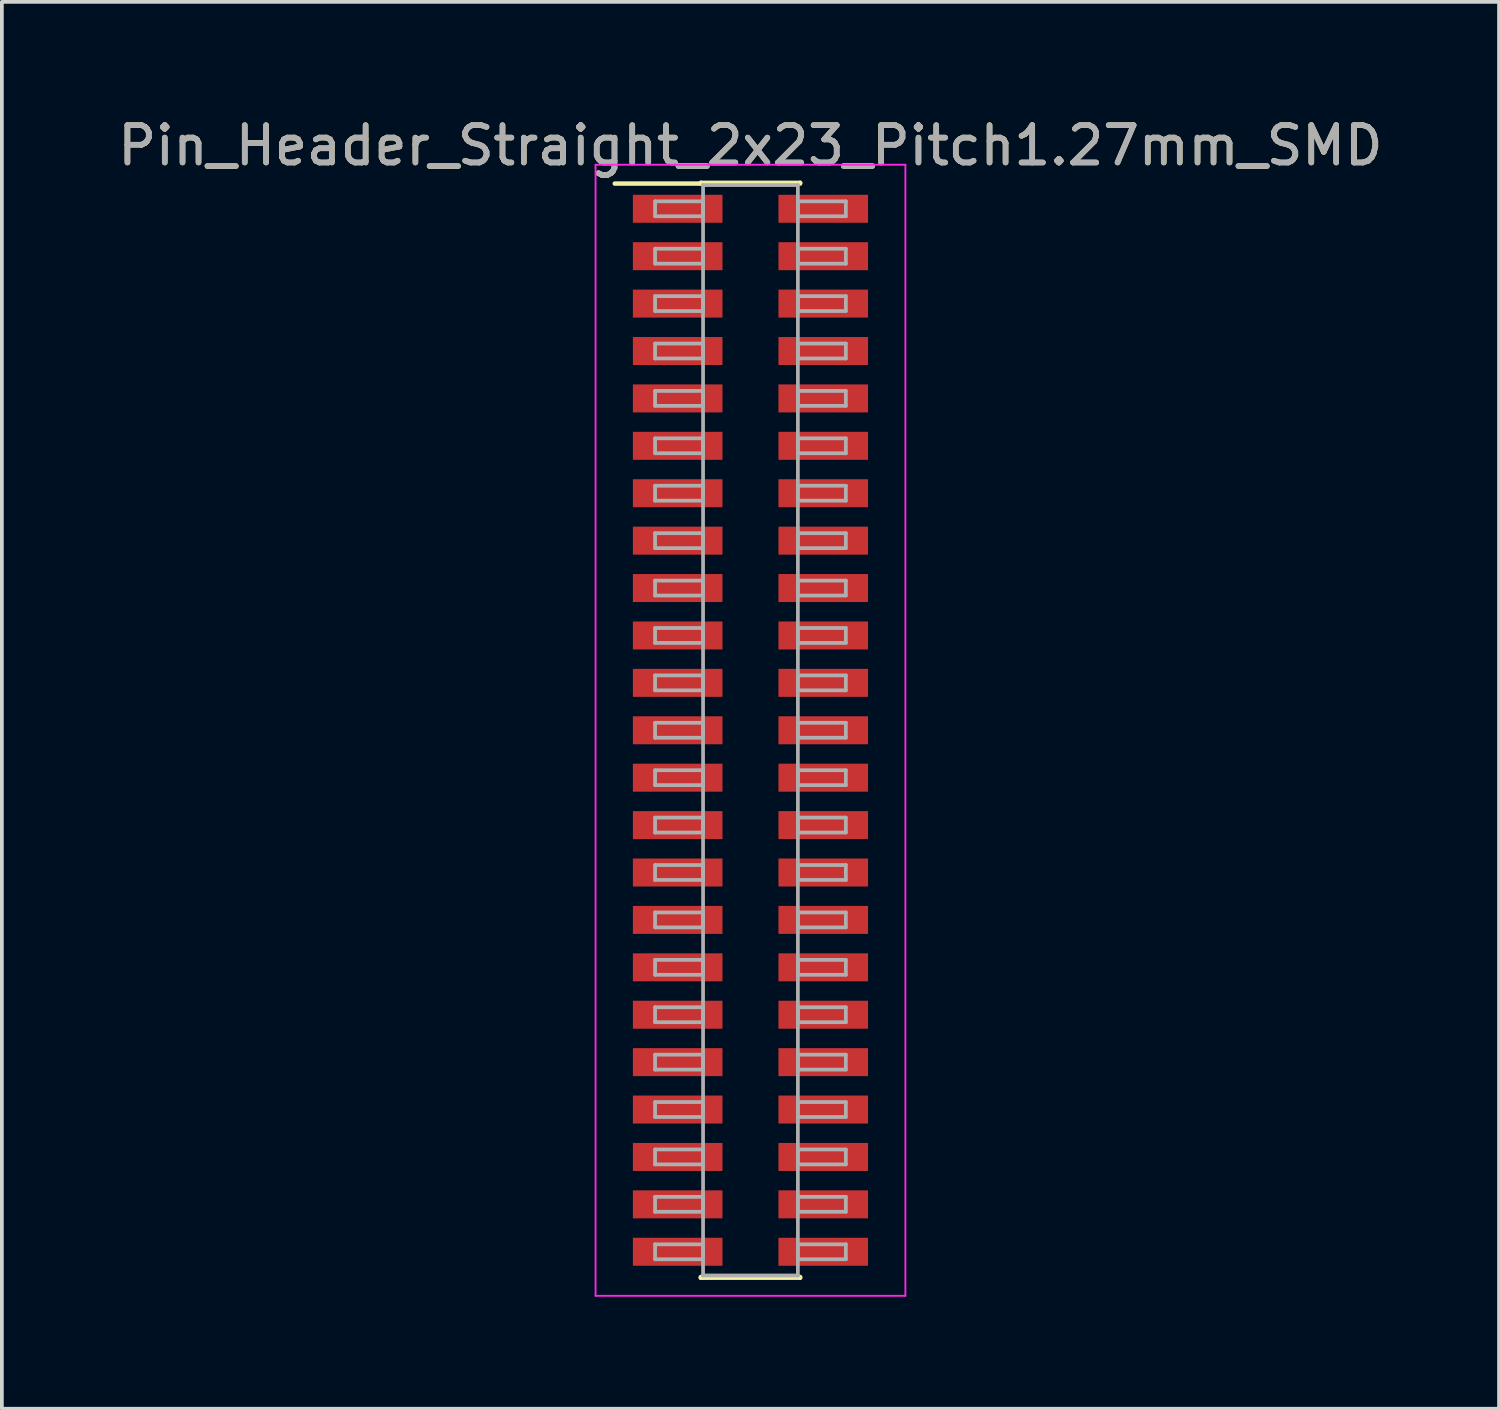
<source format=kicad_pcb>
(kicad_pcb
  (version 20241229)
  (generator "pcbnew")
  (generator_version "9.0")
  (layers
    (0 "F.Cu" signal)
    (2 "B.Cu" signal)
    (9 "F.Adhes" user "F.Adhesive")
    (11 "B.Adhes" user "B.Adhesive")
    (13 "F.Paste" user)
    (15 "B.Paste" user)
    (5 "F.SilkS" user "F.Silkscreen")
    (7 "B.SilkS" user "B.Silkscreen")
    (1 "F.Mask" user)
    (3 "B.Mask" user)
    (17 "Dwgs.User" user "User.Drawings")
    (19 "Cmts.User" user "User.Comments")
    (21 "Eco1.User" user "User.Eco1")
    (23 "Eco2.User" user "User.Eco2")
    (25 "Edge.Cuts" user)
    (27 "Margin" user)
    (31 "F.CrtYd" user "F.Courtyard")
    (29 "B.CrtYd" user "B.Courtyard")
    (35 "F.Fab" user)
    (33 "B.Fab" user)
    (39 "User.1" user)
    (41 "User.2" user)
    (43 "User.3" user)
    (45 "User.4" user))
  (footprint "Pin_Header_Straight_2x23_Pitch1.27mm_SMD"
    (layer "F.Cu")
    (at 17.054 16.513)
    (property "Reference" "Pin_Header_Straight_2x23_Pitch1.27mm_SMD" (at 0 -15.665 0) (layer "F.SilkS") (effects (font (size 1 1) (thickness 0.15))))
    (attr smd)
    (fp_line (start -3.635 -14.645) (end -1.33 -14.645) (stroke (width 0.12) (type solid)) (layer "F.SilkS"))
    (fp_line (start -1.33 -14.665) (end 1.33 -14.665) (stroke (width 0.12) (type solid)) (layer "F.SilkS"))
    (fp_line (start -1.33 -14.645) (end -1.33 -14.665) (stroke (width 0.12) (type solid)) (layer "F.SilkS"))
    (fp_line (start -1.33 14.645) (end -1.33 14.665) (stroke (width 0.12) (type solid)) (layer "F.SilkS"))
    (fp_line (start -1.33 14.665) (end 1.33 14.665) (stroke (width 0.12) (type solid)) (layer "F.SilkS"))
    (fp_line (start 1.33 -14.665) (end 1.33 -14.645) (stroke (width 0.12) (type solid)) (layer "F.SilkS"))
    (fp_line (start 1.33 14.665) (end 1.33 14.645) (stroke (width 0.12) (type solid)) (layer "F.SilkS"))
    (fp_line (start -4.15 -15.15) (end -4.15 15.15) (stroke (width 0.05) (type solid)) (layer "F.CrtYd"))
    (fp_line (start -4.15 15.15) (end 4.15 15.15) (stroke (width 0.05) (type solid)) (layer "F.CrtYd"))
    (fp_line (start 4.15 -15.15) (end -4.15 -15.15) (stroke (width 0.05) (type solid)) (layer "F.CrtYd"))
    (fp_line (start 4.15 15.15) (end 4.15 -15.15) (stroke (width 0.05) (type solid)) (layer "F.CrtYd"))
    (fp_line (start -2.555 -14.17) (end -1.27 -14.17) (stroke (width 0.1) (type solid)) (layer "F.Fab"))
    (fp_line (start -2.555 -13.77) (end -2.555 -14.17) (stroke (width 0.1) (type solid)) (layer "F.Fab"))
    (fp_line (start -2.555 -12.9) (end -1.27 -12.9) (stroke (width 0.1) (type solid)) (layer "F.Fab"))
    (fp_line (start -2.555 -12.5) (end -2.555 -12.9) (stroke (width 0.1) (type solid)) (layer "F.Fab"))
    (fp_line (start -2.555 -11.63) (end -1.27 -11.63) (stroke (width 0.1) (type solid)) (layer "F.Fab"))
    (fp_line (start -2.555 -11.23) (end -2.555 -11.63) (stroke (width 0.1) (type solid)) (layer "F.Fab"))
    (fp_line (start -2.555 -10.36) (end -1.27 -10.36) (stroke (width 0.1) (type solid)) (layer "F.Fab"))
    (fp_line (start -2.555 -9.96) (end -2.555 -10.36) (stroke (width 0.1) (type solid)) (layer "F.Fab"))
    (fp_line (start -2.555 -9.09) (end -1.27 -9.09) (stroke (width 0.1) (type solid)) (layer "F.Fab"))
    (fp_line (start -2.555 -8.69) (end -2.555 -9.09) (stroke (width 0.1) (type solid)) (layer "F.Fab"))
    (fp_line (start -2.555 -7.82) (end -1.27 -7.82) (stroke (width 0.1) (type solid)) (layer "F.Fab"))
    (fp_line (start -2.555 -7.42) (end -2.555 -7.82) (stroke (width 0.1) (type solid)) (layer "F.Fab"))
    (fp_line (start -2.555 -6.55) (end -1.27 -6.55) (stroke (width 0.1) (type solid)) (layer "F.Fab"))
    (fp_line (start -2.555 -6.15) (end -2.555 -6.55) (stroke (width 0.1) (type solid)) (layer "F.Fab"))
    (fp_line (start -2.555 -5.28) (end -1.27 -5.28) (stroke (width 0.1) (type solid)) (layer "F.Fab"))
    (fp_line (start -2.555 -4.88) (end -2.555 -5.28) (stroke (width 0.1) (type solid)) (layer "F.Fab"))
    (fp_line (start -2.555 -4.01) (end -1.27 -4.01) (stroke (width 0.1) (type solid)) (layer "F.Fab"))
    (fp_line (start -2.555 -3.61) (end -2.555 -4.01) (stroke (width 0.1) (type solid)) (layer "F.Fab"))
    (fp_line (start -2.555 -2.74) (end -1.27 -2.74) (stroke (width 0.1) (type solid)) (layer "F.Fab"))
    (fp_line (start -2.555 -2.34) (end -2.555 -2.74) (stroke (width 0.1) (type solid)) (layer "F.Fab"))
    (fp_line (start -2.555 -1.47) (end -1.27 -1.47) (stroke (width 0.1) (type solid)) (layer "F.Fab"))
    (fp_line (start -2.555 -1.07) (end -2.555 -1.47) (stroke (width 0.1) (type solid)) (layer "F.Fab"))
    (fp_line (start -2.555 -0.2) (end -1.27 -0.2) (stroke (width 0.1) (type solid)) (layer "F.Fab"))
    (fp_line (start -2.555 0.2) (end -2.555 -0.2) (stroke (width 0.1) (type solid)) (layer "F.Fab"))
    (fp_line (start -2.555 1.07) (end -1.27 1.07) (stroke (width 0.1) (type solid)) (layer "F.Fab"))
    (fp_line (start -2.555 1.47) (end -2.555 1.07) (stroke (width 0.1) (type solid)) (layer "F.Fab"))
    (fp_line (start -2.555 2.34) (end -1.27 2.34) (stroke (width 0.1) (type solid)) (layer "F.Fab"))
    (fp_line (start -2.555 2.74) (end -2.555 2.34) (stroke (width 0.1) (type solid)) (layer "F.Fab"))
    (fp_line (start -2.555 3.61) (end -1.27 3.61) (stroke (width 0.1) (type solid)) (layer "F.Fab"))
    (fp_line (start -2.555 4.01) (end -2.555 3.61) (stroke (width 0.1) (type solid)) (layer "F.Fab"))
    (fp_line (start -2.555 4.88) (end -1.27 4.88) (stroke (width 0.1) (type solid)) (layer "F.Fab"))
    (fp_line (start -2.555 5.28) (end -2.555 4.88) (stroke (width 0.1) (type solid)) (layer "F.Fab"))
    (fp_line (start -2.555 6.15) (end -1.27 6.15) (stroke (width 0.1) (type solid)) (layer "F.Fab"))
    (fp_line (start -2.555 6.55) (end -2.555 6.15) (stroke (width 0.1) (type solid)) (layer "F.Fab"))
    (fp_line (start -2.555 7.42) (end -1.27 7.42) (stroke (width 0.1) (type solid)) (layer "F.Fab"))
    (fp_line (start -2.555 7.82) (end -2.555 7.42) (stroke (width 0.1) (type solid)) (layer "F.Fab"))
    (fp_line (start -2.555 8.69) (end -1.27 8.69) (stroke (width 0.1) (type solid)) (layer "F.Fab"))
    (fp_line (start -2.555 9.09) (end -2.555 8.69) (stroke (width 0.1) (type solid)) (layer "F.Fab"))
    (fp_line (start -2.555 9.96) (end -1.27 9.96) (stroke (width 0.1) (type solid)) (layer "F.Fab"))
    (fp_line (start -2.555 10.36) (end -2.555 9.96) (stroke (width 0.1) (type solid)) (layer "F.Fab"))
    (fp_line (start -2.555 11.23) (end -1.27 11.23) (stroke (width 0.1) (type solid)) (layer "F.Fab"))
    (fp_line (start -2.555 11.63) (end -2.555 11.23) (stroke (width 0.1) (type solid)) (layer "F.Fab"))
    (fp_line (start -2.555 12.5) (end -1.27 12.5) (stroke (width 0.1) (type solid)) (layer "F.Fab"))
    (fp_line (start -2.555 12.9) (end -2.555 12.5) (stroke (width 0.1) (type solid)) (layer "F.Fab"))
    (fp_line (start -2.555 13.77) (end -1.27 13.77) (stroke (width 0.1) (type solid)) (layer "F.Fab"))
    (fp_line (start -2.555 14.17) (end -2.555 13.77) (stroke (width 0.1) (type solid)) (layer "F.Fab"))
    (fp_line (start -1.27 -14.605) (end -1.27 14.605) (stroke (width 0.1) (type solid)) (layer "F.Fab"))
    (fp_line (start -1.27 -14.17) (end -1.27 -13.77) (stroke (width 0.1) (type solid)) (layer "F.Fab"))
    (fp_line (start -1.27 -13.77) (end -2.555 -13.77) (stroke (width 0.1) (type solid)) (layer "F.Fab"))
    (fp_line (start -1.27 -12.9) (end -1.27 -12.5) (stroke (width 0.1) (type solid)) (layer "F.Fab"))
    (fp_line (start -1.27 -12.5) (end -2.555 -12.5) (stroke (width 0.1) (type solid)) (layer "F.Fab"))
    (fp_line (start -1.27 -11.63) (end -1.27 -11.23) (stroke (width 0.1) (type solid)) (layer "F.Fab"))
    (fp_line (start -1.27 -11.23) (end -2.555 -11.23) (stroke (width 0.1) (type solid)) (layer "F.Fab"))
    (fp_line (start -1.27 -10.36) (end -1.27 -9.96) (stroke (width 0.1) (type solid)) (layer "F.Fab"))
    (fp_line (start -1.27 -9.96) (end -2.555 -9.96) (stroke (width 0.1) (type solid)) (layer "F.Fab"))
    (fp_line (start -1.27 -9.09) (end -1.27 -8.69) (stroke (width 0.1) (type solid)) (layer "F.Fab"))
    (fp_line (start -1.27 -8.69) (end -2.555 -8.69) (stroke (width 0.1) (type solid)) (layer "F.Fab"))
    (fp_line (start -1.27 -7.82) (end -1.27 -7.42) (stroke (width 0.1) (type solid)) (layer "F.Fab"))
    (fp_line (start -1.27 -7.42) (end -2.555 -7.42) (stroke (width 0.1) (type solid)) (layer "F.Fab"))
    (fp_line (start -1.27 -6.55) (end -1.27 -6.15) (stroke (width 0.1) (type solid)) (layer "F.Fab"))
    (fp_line (start -1.27 -6.15) (end -2.555 -6.15) (stroke (width 0.1) (type solid)) (layer "F.Fab"))
    (fp_line (start -1.27 -5.28) (end -1.27 -4.88) (stroke (width 0.1) (type solid)) (layer "F.Fab"))
    (fp_line (start -1.27 -4.88) (end -2.555 -4.88) (stroke (width 0.1) (type solid)) (layer "F.Fab"))
    (fp_line (start -1.27 -4.01) (end -1.27 -3.61) (stroke (width 0.1) (type solid)) (layer "F.Fab"))
    (fp_line (start -1.27 -3.61) (end -2.555 -3.61) (stroke (width 0.1) (type solid)) (layer "F.Fab"))
    (fp_line (start -1.27 -2.74) (end -1.27 -2.34) (stroke (width 0.1) (type solid)) (layer "F.Fab"))
    (fp_line (start -1.27 -2.34) (end -2.555 -2.34) (stroke (width 0.1) (type solid)) (layer "F.Fab"))
    (fp_line (start -1.27 -1.47) (end -1.27 -1.07) (stroke (width 0.1) (type solid)) (layer "F.Fab"))
    (fp_line (start -1.27 -1.07) (end -2.555 -1.07) (stroke (width 0.1) (type solid)) (layer "F.Fab"))
    (fp_line (start -1.27 -0.2) (end -1.27 0.2) (stroke (width 0.1) (type solid)) (layer "F.Fab"))
    (fp_line (start -1.27 0.2) (end -2.555 0.2) (stroke (width 0.1) (type solid)) (layer "F.Fab"))
    (fp_line (start -1.27 1.07) (end -1.27 1.47) (stroke (width 0.1) (type solid)) (layer "F.Fab"))
    (fp_line (start -1.27 1.47) (end -2.555 1.47) (stroke (width 0.1) (type solid)) (layer "F.Fab"))
    (fp_line (start -1.27 2.34) (end -1.27 2.74) (stroke (width 0.1) (type solid)) (layer "F.Fab"))
    (fp_line (start -1.27 2.74) (end -2.555 2.74) (stroke (width 0.1) (type solid)) (layer "F.Fab"))
    (fp_line (start -1.27 3.61) (end -1.27 4.01) (stroke (width 0.1) (type solid)) (layer "F.Fab"))
    (fp_line (start -1.27 4.01) (end -2.555 4.01) (stroke (width 0.1) (type solid)) (layer "F.Fab"))
    (fp_line (start -1.27 4.88) (end -1.27 5.28) (stroke (width 0.1) (type solid)) (layer "F.Fab"))
    (fp_line (start -1.27 5.28) (end -2.555 5.28) (stroke (width 0.1) (type solid)) (layer "F.Fab"))
    (fp_line (start -1.27 6.15) (end -1.27 6.55) (stroke (width 0.1) (type solid)) (layer "F.Fab"))
    (fp_line (start -1.27 6.55) (end -2.555 6.55) (stroke (width 0.1) (type solid)) (layer "F.Fab"))
    (fp_line (start -1.27 7.42) (end -1.27 7.82) (stroke (width 0.1) (type solid)) (layer "F.Fab"))
    (fp_line (start -1.27 7.82) (end -2.555 7.82) (stroke (width 0.1) (type solid)) (layer "F.Fab"))
    (fp_line (start -1.27 8.69) (end -1.27 9.09) (stroke (width 0.1) (type solid)) (layer "F.Fab"))
    (fp_line (start -1.27 9.09) (end -2.555 9.09) (stroke (width 0.1) (type solid)) (layer "F.Fab"))
    (fp_line (start -1.27 9.96) (end -1.27 10.36) (stroke (width 0.1) (type solid)) (layer "F.Fab"))
    (fp_line (start -1.27 10.36) (end -2.555 10.36) (stroke (width 0.1) (type solid)) (layer "F.Fab"))
    (fp_line (start -1.27 11.23) (end -1.27 11.63) (stroke (width 0.1) (type solid)) (layer "F.Fab"))
    (fp_line (start -1.27 11.63) (end -2.555 11.63) (stroke (width 0.1) (type solid)) (layer "F.Fab"))
    (fp_line (start -1.27 12.5) (end -1.27 12.9) (stroke (width 0.1) (type solid)) (layer "F.Fab"))
    (fp_line (start -1.27 12.9) (end -2.555 12.9) (stroke (width 0.1) (type solid)) (layer "F.Fab"))
    (fp_line (start -1.27 13.77) (end -1.27 14.17) (stroke (width 0.1) (type solid)) (layer "F.Fab"))
    (fp_line (start -1.27 14.17) (end -2.555 14.17) (stroke (width 0.1) (type solid)) (layer "F.Fab"))
    (fp_line (start -1.27 14.605) (end 1.27 14.605) (stroke (width 0.1) (type solid)) (layer "F.Fab"))
    (fp_line (start 1.27 -14.605) (end -1.27 -14.605) (stroke (width 0.1) (type solid)) (layer "F.Fab"))
    (fp_line (start 1.27 -14.17) (end 1.27 -13.77) (stroke (width 0.1) (type solid)) (layer "F.Fab"))
    (fp_line (start 1.27 -13.77) (end 2.555 -13.77) (stroke (width 0.1) (type solid)) (layer "F.Fab"))
    (fp_line (start 1.27 -12.9) (end 1.27 -12.5) (stroke (width 0.1) (type solid)) (layer "F.Fab"))
    (fp_line (start 1.27 -12.5) (end 2.555 -12.5) (stroke (width 0.1) (type solid)) (layer "F.Fab"))
    (fp_line (start 1.27 -11.63) (end 1.27 -11.23) (stroke (width 0.1) (type solid)) (layer "F.Fab"))
    (fp_line (start 1.27 -11.23) (end 2.555 -11.23) (stroke (width 0.1) (type solid)) (layer "F.Fab"))
    (fp_line (start 1.27 -10.36) (end 1.27 -9.96) (stroke (width 0.1) (type solid)) (layer "F.Fab"))
    (fp_line (start 1.27 -9.96) (end 2.555 -9.96) (stroke (width 0.1) (type solid)) (layer "F.Fab"))
    (fp_line (start 1.27 -9.09) (end 1.27 -8.69) (stroke (width 0.1) (type solid)) (layer "F.Fab"))
    (fp_line (start 1.27 -8.69) (end 2.555 -8.69) (stroke (width 0.1) (type solid)) (layer "F.Fab"))
    (fp_line (start 1.27 -7.82) (end 1.27 -7.42) (stroke (width 0.1) (type solid)) (layer "F.Fab"))
    (fp_line (start 1.27 -7.42) (end 2.555 -7.42) (stroke (width 0.1) (type solid)) (layer "F.Fab"))
    (fp_line (start 1.27 -6.55) (end 1.27 -6.15) (stroke (width 0.1) (type solid)) (layer "F.Fab"))
    (fp_line (start 1.27 -6.15) (end 2.555 -6.15) (stroke (width 0.1) (type solid)) (layer "F.Fab"))
    (fp_line (start 1.27 -5.28) (end 1.27 -4.88) (stroke (width 0.1) (type solid)) (layer "F.Fab"))
    (fp_line (start 1.27 -4.88) (end 2.555 -4.88) (stroke (width 0.1) (type solid)) (layer "F.Fab"))
    (fp_line (start 1.27 -4.01) (end 1.27 -3.61) (stroke (width 0.1) (type solid)) (layer "F.Fab"))
    (fp_line (start 1.27 -3.61) (end 2.555 -3.61) (stroke (width 0.1) (type solid)) (layer "F.Fab"))
    (fp_line (start 1.27 -2.74) (end 1.27 -2.34) (stroke (width 0.1) (type solid)) (layer "F.Fab"))
    (fp_line (start 1.27 -2.34) (end 2.555 -2.34) (stroke (width 0.1) (type solid)) (layer "F.Fab"))
    (fp_line (start 1.27 -1.47) (end 1.27 -1.07) (stroke (width 0.1) (type solid)) (layer "F.Fab"))
    (fp_line (start 1.27 -1.07) (end 2.555 -1.07) (stroke (width 0.1) (type solid)) (layer "F.Fab"))
    (fp_line (start 1.27 -0.2) (end 1.27 0.2) (stroke (width 0.1) (type solid)) (layer "F.Fab"))
    (fp_line (start 1.27 0.2) (end 2.555 0.2) (stroke (width 0.1) (type solid)) (layer "F.Fab"))
    (fp_line (start 1.27 1.07) (end 1.27 1.47) (stroke (width 0.1) (type solid)) (layer "F.Fab"))
    (fp_line (start 1.27 1.47) (end 2.555 1.47) (stroke (width 0.1) (type solid)) (layer "F.Fab"))
    (fp_line (start 1.27 2.34) (end 1.27 2.74) (stroke (width 0.1) (type solid)) (layer "F.Fab"))
    (fp_line (start 1.27 2.74) (end 2.555 2.74) (stroke (width 0.1) (type solid)) (layer "F.Fab"))
    (fp_line (start 1.27 3.61) (end 1.27 4.01) (stroke (width 0.1) (type solid)) (layer "F.Fab"))
    (fp_line (start 1.27 4.01) (end 2.555 4.01) (stroke (width 0.1) (type solid)) (layer "F.Fab"))
    (fp_line (start 1.27 4.88) (end 1.27 5.28) (stroke (width 0.1) (type solid)) (layer "F.Fab"))
    (fp_line (start 1.27 5.28) (end 2.555 5.28) (stroke (width 0.1) (type solid)) (layer "F.Fab"))
    (fp_line (start 1.27 6.15) (end 1.27 6.55) (stroke (width 0.1) (type solid)) (layer "F.Fab"))
    (fp_line (start 1.27 6.55) (end 2.555 6.55) (stroke (width 0.1) (type solid)) (layer "F.Fab"))
    (fp_line (start 1.27 7.42) (end 1.27 7.82) (stroke (width 0.1) (type solid)) (layer "F.Fab"))
    (fp_line (start 1.27 7.82) (end 2.555 7.82) (stroke (width 0.1) (type solid)) (layer "F.Fab"))
    (fp_line (start 1.27 8.69) (end 1.27 9.09) (stroke (width 0.1) (type solid)) (layer "F.Fab"))
    (fp_line (start 1.27 9.09) (end 2.555 9.09) (stroke (width 0.1) (type solid)) (layer "F.Fab"))
    (fp_line (start 1.27 9.96) (end 1.27 10.36) (stroke (width 0.1) (type solid)) (layer "F.Fab"))
    (fp_line (start 1.27 10.36) (end 2.555 10.36) (stroke (width 0.1) (type solid)) (layer "F.Fab"))
    (fp_line (start 1.27 11.23) (end 1.27 11.63) (stroke (width 0.1) (type solid)) (layer "F.Fab"))
    (fp_line (start 1.27 11.63) (end 2.555 11.63) (stroke (width 0.1) (type solid)) (layer "F.Fab"))
    (fp_line (start 1.27 12.5) (end 1.27 12.9) (stroke (width 0.1) (type solid)) (layer "F.Fab"))
    (fp_line (start 1.27 12.9) (end 2.555 12.9) (stroke (width 0.1) (type solid)) (layer "F.Fab"))
    (fp_line (start 1.27 13.77) (end 1.27 14.17) (stroke (width 0.1) (type solid)) (layer "F.Fab"))
    (fp_line (start 1.27 14.17) (end 2.555 14.17) (stroke (width 0.1) (type solid)) (layer "F.Fab"))
    (fp_line (start 1.27 14.605) (end 1.27 -14.605) (stroke (width 0.1) (type solid)) (layer "F.Fab"))
    (fp_line (start 2.555 -14.17) (end 1.27 -14.17) (stroke (width 0.1) (type solid)) (layer "F.Fab"))
    (fp_line (start 2.555 -13.77) (end 2.555 -14.17) (stroke (width 0.1) (type solid)) (layer "F.Fab"))
    (fp_line (start 2.555 -12.9) (end 1.27 -12.9) (stroke (width 0.1) (type solid)) (layer "F.Fab"))
    (fp_line (start 2.555 -12.5) (end 2.555 -12.9) (stroke (width 0.1) (type solid)) (layer "F.Fab"))
    (fp_line (start 2.555 -11.63) (end 1.27 -11.63) (stroke (width 0.1) (type solid)) (layer "F.Fab"))
    (fp_line (start 2.555 -11.23) (end 2.555 -11.63) (stroke (width 0.1) (type solid)) (layer "F.Fab"))
    (fp_line (start 2.555 -10.36) (end 1.27 -10.36) (stroke (width 0.1) (type solid)) (layer "F.Fab"))
    (fp_line (start 2.555 -9.96) (end 2.555 -10.36) (stroke (width 0.1) (type solid)) (layer "F.Fab"))
    (fp_line (start 2.555 -9.09) (end 1.27 -9.09) (stroke (width 0.1) (type solid)) (layer "F.Fab"))
    (fp_line (start 2.555 -8.69) (end 2.555 -9.09) (stroke (width 0.1) (type solid)) (layer "F.Fab"))
    (fp_line (start 2.555 -7.82) (end 1.27 -7.82) (stroke (width 0.1) (type solid)) (layer "F.Fab"))
    (fp_line (start 2.555 -7.42) (end 2.555 -7.82) (stroke (width 0.1) (type solid)) (layer "F.Fab"))
    (fp_line (start 2.555 -6.55) (end 1.27 -6.55) (stroke (width 0.1) (type solid)) (layer "F.Fab"))
    (fp_line (start 2.555 -6.15) (end 2.555 -6.55) (stroke (width 0.1) (type solid)) (layer "F.Fab"))
    (fp_line (start 2.555 -5.28) (end 1.27 -5.28) (stroke (width 0.1) (type solid)) (layer "F.Fab"))
    (fp_line (start 2.555 -4.88) (end 2.555 -5.28) (stroke (width 0.1) (type solid)) (layer "F.Fab"))
    (fp_line (start 2.555 -4.01) (end 1.27 -4.01) (stroke (width 0.1) (type solid)) (layer "F.Fab"))
    (fp_line (start 2.555 -3.61) (end 2.555 -4.01) (stroke (width 0.1) (type solid)) (layer "F.Fab"))
    (fp_line (start 2.555 -2.74) (end 1.27 -2.74) (stroke (width 0.1) (type solid)) (layer "F.Fab"))
    (fp_line (start 2.555 -2.34) (end 2.555 -2.74) (stroke (width 0.1) (type solid)) (layer "F.Fab"))
    (fp_line (start 2.555 -1.47) (end 1.27 -1.47) (stroke (width 0.1) (type solid)) (layer "F.Fab"))
    (fp_line (start 2.555 -1.07) (end 2.555 -1.47) (stroke (width 0.1) (type solid)) (layer "F.Fab"))
    (fp_line (start 2.555 -0.2) (end 1.27 -0.2) (stroke (width 0.1) (type solid)) (layer "F.Fab"))
    (fp_line (start 2.555 0.2) (end 2.555 -0.2) (stroke (width 0.1) (type solid)) (layer "F.Fab"))
    (fp_line (start 2.555 1.07) (end 1.27 1.07) (stroke (width 0.1) (type solid)) (layer "F.Fab"))
    (fp_line (start 2.555 1.47) (end 2.555 1.07) (stroke (width 0.1) (type solid)) (layer "F.Fab"))
    (fp_line (start 2.555 2.34) (end 1.27 2.34) (stroke (width 0.1) (type solid)) (layer "F.Fab"))
    (fp_line (start 2.555 2.74) (end 2.555 2.34) (stroke (width 0.1) (type solid)) (layer "F.Fab"))
    (fp_line (start 2.555 3.61) (end 1.27 3.61) (stroke (width 0.1) (type solid)) (layer "F.Fab"))
    (fp_line (start 2.555 4.01) (end 2.555 3.61) (stroke (width 0.1) (type solid)) (layer "F.Fab"))
    (fp_line (start 2.555 4.88) (end 1.27 4.88) (stroke (width 0.1) (type solid)) (layer "F.Fab"))
    (fp_line (start 2.555 5.28) (end 2.555 4.88) (stroke (width 0.1) (type solid)) (layer "F.Fab"))
    (fp_line (start 2.555 6.15) (end 1.27 6.15) (stroke (width 0.1) (type solid)) (layer "F.Fab"))
    (fp_line (start 2.555 6.55) (end 2.555 6.15) (stroke (width 0.1) (type solid)) (layer "F.Fab"))
    (fp_line (start 2.555 7.42) (end 1.27 7.42) (stroke (width 0.1) (type solid)) (layer "F.Fab"))
    (fp_line (start 2.555 7.82) (end 2.555 7.42) (stroke (width 0.1) (type solid)) (layer "F.Fab"))
    (fp_line (start 2.555 8.69) (end 1.27 8.69) (stroke (width 0.1) (type solid)) (layer "F.Fab"))
    (fp_line (start 2.555 9.09) (end 2.555 8.69) (stroke (width 0.1) (type solid)) (layer "F.Fab"))
    (fp_line (start 2.555 9.96) (end 1.27 9.96) (stroke (width 0.1) (type solid)) (layer "F.Fab"))
    (fp_line (start 2.555 10.36) (end 2.555 9.96) (stroke (width 0.1) (type solid)) (layer "F.Fab"))
    (fp_line (start 2.555 11.23) (end 1.27 11.23) (stroke (width 0.1) (type solid)) (layer "F.Fab"))
    (fp_line (start 2.555 11.63) (end 2.555 11.23) (stroke (width 0.1) (type solid)) (layer "F.Fab"))
    (fp_line (start 2.555 12.5) (end 1.27 12.5) (stroke (width 0.1) (type solid)) (layer "F.Fab"))
    (fp_line (start 2.555 12.9) (end 2.555 12.5) (stroke (width 0.1) (type solid)) (layer "F.Fab"))
    (fp_line (start 2.555 13.77) (end 1.27 13.77) (stroke (width 0.1) (type solid)) (layer "F.Fab"))
    (fp_line (start 2.555 14.17) (end 2.555 13.77) (stroke (width 0.1) (type solid)) (layer "F.Fab"))
    (fp_text user "${REFERENCE}" (at 0 -15.665 0) (layer "F.Fab") (effects (font (size 1 1) (thickness 0.15))))
    (pad "1" smd rect (at -1.95 -13.97) (size 2.4 0.75) (layers "F.Cu" "F.Mask" "F.Paste"))
    (pad "2" smd rect (at 1.95 -13.97) (size 2.4 0.75) (layers "F.Cu" "F.Mask" "F.Paste"))
    (pad "3" smd rect (at -1.95 -12.7) (size 2.4 0.75) (layers "F.Cu" "F.Mask" "F.Paste"))
    (pad "4" smd rect (at 1.95 -12.7) (size 2.4 0.75) (layers "F.Cu" "F.Mask" "F.Paste"))
    (pad "5" smd rect (at -1.95 -11.43) (size 2.4 0.75) (layers "F.Cu" "F.Mask" "F.Paste"))
    (pad "6" smd rect (at 1.95 -11.43) (size 2.4 0.75) (layers "F.Cu" "F.Mask" "F.Paste"))
    (pad "7" smd rect (at -1.95 -10.16) (size 2.4 0.75) (layers "F.Cu" "F.Mask" "F.Paste"))
    (pad "8" smd rect (at 1.95 -10.16) (size 2.4 0.75) (layers "F.Cu" "F.Mask" "F.Paste"))
    (pad "9" smd rect (at -1.95 -8.89) (size 2.4 0.75) (layers "F.Cu" "F.Mask" "F.Paste"))
    (pad "10" smd rect (at 1.95 -8.89) (size 2.4 0.75) (layers "F.Cu" "F.Mask" "F.Paste"))
    (pad "11" smd rect (at -1.95 -7.62) (size 2.4 0.75) (layers "F.Cu" "F.Mask" "F.Paste"))
    (pad "12" smd rect (at 1.95 -7.62) (size 2.4 0.75) (layers "F.Cu" "F.Mask" "F.Paste"))
    (pad "13" smd rect (at -1.95 -6.35) (size 2.4 0.75) (layers "F.Cu" "F.Mask" "F.Paste"))
    (pad "14" smd rect (at 1.95 -6.35) (size 2.4 0.75) (layers "F.Cu" "F.Mask" "F.Paste"))
    (pad "15" smd rect (at -1.95 -5.08) (size 2.4 0.75) (layers "F.Cu" "F.Mask" "F.Paste"))
    (pad "16" smd rect (at 1.95 -5.08) (size 2.4 0.75) (layers "F.Cu" "F.Mask" "F.Paste"))
    (pad "17" smd rect (at -1.95 -3.81) (size 2.4 0.75) (layers "F.Cu" "F.Mask" "F.Paste"))
    (pad "18" smd rect (at 1.95 -3.81) (size 2.4 0.75) (layers "F.Cu" "F.Mask" "F.Paste"))
    (pad "19" smd rect (at -1.95 -2.54) (size 2.4 0.75) (layers "F.Cu" "F.Mask" "F.Paste"))
    (pad "20" smd rect (at 1.95 -2.54) (size 2.4 0.75) (layers "F.Cu" "F.Mask" "F.Paste"))
    (pad "21" smd rect (at -1.95 -1.27) (size 2.4 0.75) (layers "F.Cu" "F.Mask" "F.Paste"))
    (pad "22" smd rect (at 1.95 -1.27) (size 2.4 0.75) (layers "F.Cu" "F.Mask" "F.Paste"))
    (pad "23" smd rect (at -1.95 0) (size 2.4 0.75) (layers "F.Cu" "F.Mask" "F.Paste"))
    (pad "24" smd rect (at 1.95 0) (size 2.4 0.75) (layers "F.Cu" "F.Mask" "F.Paste"))
    (pad "25" smd rect (at -1.95 1.27) (size 2.4 0.75) (layers "F.Cu" "F.Mask" "F.Paste"))
    (pad "26" smd rect (at 1.95 1.27) (size 2.4 0.75) (layers "F.Cu" "F.Mask" "F.Paste"))
    (pad "27" smd rect (at -1.95 2.54) (size 2.4 0.75) (layers "F.Cu" "F.Mask" "F.Paste"))
    (pad "28" smd rect (at 1.95 2.54) (size 2.4 0.75) (layers "F.Cu" "F.Mask" "F.Paste"))
    (pad "29" smd rect (at -1.95 3.81) (size 2.4 0.75) (layers "F.Cu" "F.Mask" "F.Paste"))
    (pad "30" smd rect (at 1.95 3.81) (size 2.4 0.75) (layers "F.Cu" "F.Mask" "F.Paste"))
    (pad "31" smd rect (at -1.95 5.08) (size 2.4 0.75) (layers "F.Cu" "F.Mask" "F.Paste"))
    (pad "32" smd rect (at 1.95 5.08) (size 2.4 0.75) (layers "F.Cu" "F.Mask" "F.Paste"))
    (pad "33" smd rect (at -1.95 6.35) (size 2.4 0.75) (layers "F.Cu" "F.Mask" "F.Paste"))
    (pad "34" smd rect (at 1.95 6.35) (size 2.4 0.75) (layers "F.Cu" "F.Mask" "F.Paste"))
    (pad "35" smd rect (at -1.95 7.62) (size 2.4 0.75) (layers "F.Cu" "F.Mask" "F.Paste"))
    (pad "36" smd rect (at 1.95 7.62) (size 2.4 0.75) (layers "F.Cu" "F.Mask" "F.Paste"))
    (pad "37" smd rect (at -1.95 8.89) (size 2.4 0.75) (layers "F.Cu" "F.Mask" "F.Paste"))
    (pad "38" smd rect (at 1.95 8.89) (size 2.4 0.75) (layers "F.Cu" "F.Mask" "F.Paste"))
    (pad "39" smd rect (at -1.95 10.16) (size 2.4 0.75) (layers "F.Cu" "F.Mask" "F.Paste"))
    (pad "40" smd rect (at 1.95 10.16) (size 2.4 0.75) (layers "F.Cu" "F.Mask" "F.Paste"))
    (pad "41" smd rect (at -1.95 11.43) (size 2.4 0.75) (layers "F.Cu" "F.Mask" "F.Paste"))
    (pad "42" smd rect (at 1.95 11.43) (size 2.4 0.75) (layers "F.Cu" "F.Mask" "F.Paste"))
    (pad "43" smd rect (at -1.95 12.7) (size 2.4 0.75) (layers "F.Cu" "F.Mask" "F.Paste"))
    (pad "44" smd rect (at 1.95 12.7) (size 2.4 0.75) (layers "F.Cu" "F.Mask" "F.Paste"))
    (pad "45" smd rect (at -1.95 13.97) (size 2.4 0.75) (layers "F.Cu" "F.Mask" "F.Paste"))
    (pad "46" smd rect (at 1.95 13.97) (size 2.4 0.75) (layers "F.Cu" "F.Mask" "F.Paste")))
  (gr_rect
    (start -3 -3)
    (end 37.107 34.688)
    (stroke (width 0.1) (type default))
    (fill no)
    (layer "Edge.Cuts")))
</source>
